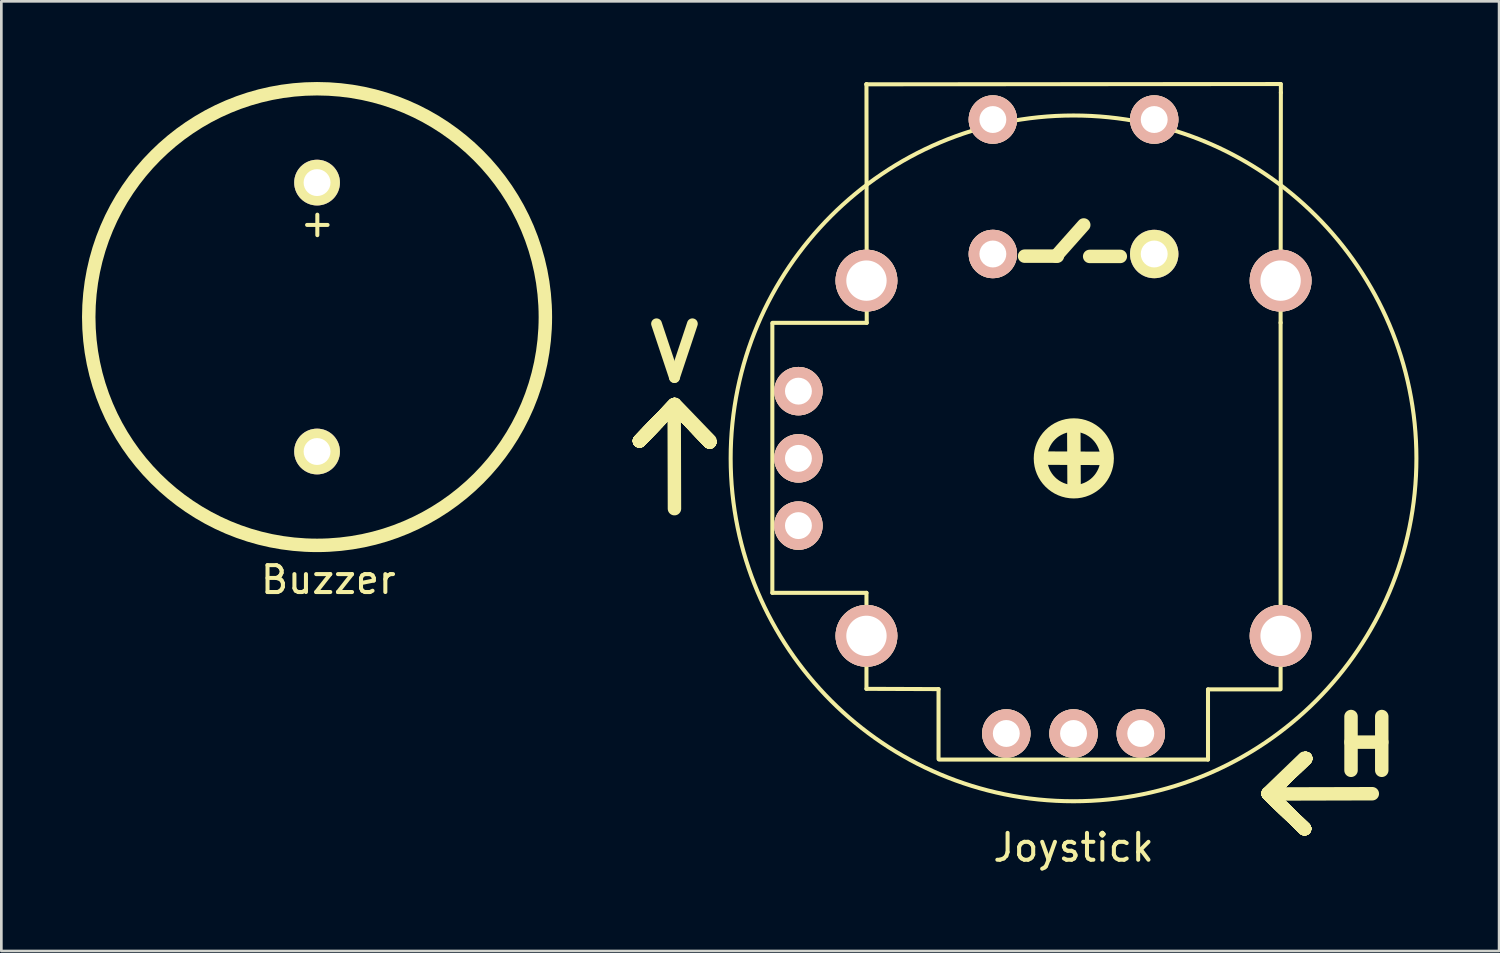
<source format=kicad_pcb>
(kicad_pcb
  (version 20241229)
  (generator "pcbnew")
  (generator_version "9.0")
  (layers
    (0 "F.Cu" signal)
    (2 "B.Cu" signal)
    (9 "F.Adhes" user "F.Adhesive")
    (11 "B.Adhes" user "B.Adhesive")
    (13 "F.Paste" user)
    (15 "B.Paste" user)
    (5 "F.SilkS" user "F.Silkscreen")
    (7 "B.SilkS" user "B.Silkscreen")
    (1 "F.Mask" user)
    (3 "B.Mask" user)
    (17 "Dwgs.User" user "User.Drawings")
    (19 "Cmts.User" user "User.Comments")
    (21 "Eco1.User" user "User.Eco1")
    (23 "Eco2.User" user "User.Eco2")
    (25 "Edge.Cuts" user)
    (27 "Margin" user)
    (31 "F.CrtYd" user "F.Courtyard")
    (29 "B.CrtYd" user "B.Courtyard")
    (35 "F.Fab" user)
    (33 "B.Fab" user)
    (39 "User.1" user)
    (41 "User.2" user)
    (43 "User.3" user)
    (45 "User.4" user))
  (footprint "Joystick"
    (layer "F.Cu")
    (at 36.87 13.995)
    (property "Reference" "Joystick" (at 0 14.47 0) (layer "F.SilkS") (effects (font (size 1 1) (thickness 0.15))))
    (attr through_hole)
    (fp_line (start -14.85 -1.89) (end -14.84 1.87) (stroke (width 0.5) (type solid)) (layer "F.SilkS"))
    (fp_line (start -14.84 -2) (end -16.14 -0.65) (stroke (width 0.5) (type solid)) (layer "F.SilkS"))
    (fp_line (start -14.84 -2) (end -16.14 -0.65) (stroke (width 0.5) (type solid)) (layer "F.SilkS"))
    (fp_line (start -14.84 -2) (end -16.14 -0.65) (stroke (width 0.5) (type solid)) (layer "F.SilkS"))
    (fp_line (start -14.84 -2) (end -16.14 -0.65) (stroke (width 0.5) (type solid)) (layer "F.SilkS"))
    (fp_line (start -14.84 -2) (end -16.14 -0.65) (stroke (width 0.5) (type solid)) (layer "F.SilkS"))
    (fp_line (start -14.84 -2) (end -16.14 -0.65) (stroke (width 0.5) (type solid)) (layer "F.SilkS"))
    (fp_line (start -14.84 -2) (end -16.14 -0.65) (stroke (width 0.5) (type solid)) (layer "F.SilkS"))
    (fp_line (start -14.84 -2) (end -16.14 -0.65) (stroke (width 0.5) (type solid)) (layer "F.SilkS"))
    (fp_line (start -14.84 -2) (end -16.14 -0.65) (stroke (width 0.5) (type solid)) (layer "F.SilkS"))
    (fp_line (start -14.84 -2) (end -16.14 -0.65) (stroke (width 0.5) (type solid)) (layer "F.SilkS"))
    (fp_line (start -14.84 -2) (end -16.14 -0.65) (stroke (width 0.5) (type solid)) (layer "F.SilkS"))
    (fp_line (start -14.84 -2) (end -16.14 -0.65) (stroke (width 0.5) (type solid)) (layer "F.SilkS"))
    (fp_line (start -14.84 -2) (end -16.14 -0.65) (stroke (width 0.5) (type solid)) (layer "F.SilkS"))
    (fp_line (start -14.84 -2) (end -16.14 -0.65) (stroke (width 0.5) (type solid)) (layer "F.SilkS"))
    (fp_line (start -14.84 -2) (end -16.14 -0.65) (stroke (width 0.5) (type solid)) (layer "F.SilkS"))
    (fp_line (start -14.84 -2) (end -16.14 -0.65) (stroke (width 0.5) (type solid)) (layer "F.SilkS"))
    (fp_line (start -14.83 -1.96) (end -13.53 -0.61) (stroke (width 0.5) (type solid)) (layer "F.SilkS"))
    (fp_line (start -14.83 -1.96) (end -13.53 -0.61) (stroke (width 0.5) (type solid)) (layer "F.SilkS"))
    (fp_line (start -14.83 -1.96) (end -13.53 -0.61) (stroke (width 0.5) (type solid)) (layer "F.SilkS"))
    (fp_line (start -14.83 -1.96) (end -13.53 -0.61) (stroke (width 0.5) (type solid)) (layer "F.SilkS"))
    (fp_line (start -14.83 -1.96) (end -13.53 -0.61) (stroke (width 0.5) (type solid)) (layer "F.SilkS"))
    (fp_line (start -14.83 -1.96) (end -13.53 -0.61) (stroke (width 0.5) (type solid)) (layer "F.SilkS"))
    (fp_line (start -14.83 -1.96) (end -13.53 -0.61) (stroke (width 0.5) (type solid)) (layer "F.SilkS"))
    (fp_line (start -14.83 -1.96) (end -13.53 -0.61) (stroke (width 0.5) (type solid)) (layer "F.SilkS"))
    (fp_line (start -14.83 -1.96) (end -13.53 -0.61) (stroke (width 0.5) (type solid)) (layer "F.SilkS"))
    (fp_line (start -14.83 -1.96) (end -13.53 -0.61) (stroke (width 0.5) (type solid)) (layer "F.SilkS"))
    (fp_line (start -14.83 -1.96) (end -13.53 -0.61) (stroke (width 0.5) (type solid)) (layer "F.SilkS"))
    (fp_line (start -14.83 -1.96) (end -13.53 -0.61) (stroke (width 0.5) (type solid)) (layer "F.SilkS"))
    (fp_line (start -14.83 -1.96) (end -13.53 -0.61) (stroke (width 0.5) (type solid)) (layer "F.SilkS"))
    (fp_line (start -14.83 -1.96) (end -13.53 -0.61) (stroke (width 0.5) (type solid)) (layer "F.SilkS"))
    (fp_line (start -14.83 -1.96) (end -13.53 -0.61) (stroke (width 0.5) (type solid)) (layer "F.SilkS"))
    (fp_line (start -14.82 -2.01) (end -13.52 -0.66) (stroke (width 0.5) (type solid)) (layer "F.SilkS"))
    (fp_line (start -11.2 -5.04) (end -7.69 -5.04) (stroke (width 0.15) (type solid)) (layer "F.SilkS"))
    (fp_line (start -11.2 -5) (end -11.2 5) (stroke (width 0.15) (type solid)) (layer "F.SilkS"))
    (fp_line (start -11.2 5) (end -7.7 5) (stroke (width 0.15) (type solid)) (layer "F.SilkS"))
    (fp_line (start -7.7 5) (end -7.7 8.57) (stroke (width 0.15) (type solid)) (layer "F.SilkS"))
    (fp_line (start -7.7 8.57) (end -5.02 8.58) (stroke (width 0.15) (type solid)) (layer "F.SilkS"))
    (fp_line (start -7.69 -5.04) (end -7.7 -13.92) (stroke (width 0.15) (type solid)) (layer "F.SilkS"))
    (fp_line (start -5.02 8.58) (end -5.02 11.18) (stroke (width 0.15) (type solid)) (layer "F.SilkS"))
    (fp_line (start -1.82 -7.52) (end -0.6 -7.52) (stroke (width 0.5) (type solid)) (layer "F.SilkS"))
    (fp_line (start -1.08 -0.01) (end 1.15 0) (stroke (width 0.5) (type solid)) (layer "F.SilkS"))
    (fp_line (start -0.65 -7.52) (end 0.38 -8.68) (stroke (width 0.5) (type solid)) (layer "F.SilkS"))
    (fp_line (start 0.01 -1.07) (end 0.02 1.02) (stroke (width 0.5) (type solid)) (layer "F.SilkS"))
    (fp_line (start 0.6 -7.51) (end 1.74 -7.51) (stroke (width 0.5) (type solid)) (layer "F.SilkS"))
    (fp_line (start 5 8.59) (end 7.68 8.59) (stroke (width 0.15) (type solid)) (layer "F.SilkS"))
    (fp_line (start 5 11.2) (end -5 11.2) (stroke (width 0.15) (type solid)) (layer "F.SilkS"))
    (fp_line (start 5 11.2) (end 5 8.59) (stroke (width 0.15) (type solid)) (layer "F.SilkS"))
    (fp_line (start 7.23 12.45) (end 8.58 11.15) (stroke (width 0.5) (type solid)) (layer "F.SilkS"))
    (fp_line (start 7.24 12.47) (end 8.59 13.77) (stroke (width 0.5) (type solid)) (layer "F.SilkS"))
    (fp_line (start 7.24 12.47) (end 8.59 13.77) (stroke (width 0.5) (type solid)) (layer "F.SilkS"))
    (fp_line (start 7.24 12.47) (end 8.59 13.77) (stroke (width 0.5) (type solid)) (layer "F.SilkS"))
    (fp_line (start 7.24 12.47) (end 8.59 13.77) (stroke (width 0.5) (type solid)) (layer "F.SilkS"))
    (fp_line (start 7.24 12.47) (end 8.59 13.77) (stroke (width 0.5) (type solid)) (layer "F.SilkS"))
    (fp_line (start 7.24 12.47) (end 8.59 13.77) (stroke (width 0.5) (type solid)) (layer "F.SilkS"))
    (fp_line (start 7.24 12.47) (end 8.59 13.77) (stroke (width 0.5) (type solid)) (layer "F.SilkS"))
    (fp_line (start 7.24 12.47) (end 8.59 13.77) (stroke (width 0.5) (type solid)) (layer "F.SilkS"))
    (fp_line (start 7.24 12.47) (end 8.59 13.77) (stroke (width 0.5) (type solid)) (layer "F.SilkS"))
    (fp_line (start 7.24 12.47) (end 8.59 13.77) (stroke (width 0.5) (type solid)) (layer "F.SilkS"))
    (fp_line (start 7.24 12.47) (end 8.59 13.77) (stroke (width 0.5) (type solid)) (layer "F.SilkS"))
    (fp_line (start 7.24 12.47) (end 8.59 13.77) (stroke (width 0.5) (type solid)) (layer "F.SilkS"))
    (fp_line (start 7.24 12.47) (end 8.59 13.77) (stroke (width 0.5) (type solid)) (layer "F.SilkS"))
    (fp_line (start 7.24 12.47) (end 8.59 13.77) (stroke (width 0.5) (type solid)) (layer "F.SilkS"))
    (fp_line (start 7.24 12.47) (end 8.59 13.77) (stroke (width 0.5) (type solid)) (layer "F.SilkS"))
    (fp_line (start 7.24 12.47) (end 8.59 13.77) (stroke (width 0.5) (type solid)) (layer "F.SilkS"))
    (fp_line (start 7.28 12.46) (end 8.63 11.16) (stroke (width 0.5) (type solid)) (layer "F.SilkS"))
    (fp_line (start 7.28 12.46) (end 8.63 11.16) (stroke (width 0.5) (type solid)) (layer "F.SilkS"))
    (fp_line (start 7.28 12.46) (end 8.63 11.16) (stroke (width 0.5) (type solid)) (layer "F.SilkS"))
    (fp_line (start 7.28 12.46) (end 8.63 11.16) (stroke (width 0.5) (type solid)) (layer "F.SilkS"))
    (fp_line (start 7.28 12.46) (end 8.63 11.16) (stroke (width 0.5) (type solid)) (layer "F.SilkS"))
    (fp_line (start 7.28 12.46) (end 8.63 11.16) (stroke (width 0.5) (type solid)) (layer "F.SilkS"))
    (fp_line (start 7.28 12.46) (end 8.63 11.16) (stroke (width 0.5) (type solid)) (layer "F.SilkS"))
    (fp_line (start 7.28 12.46) (end 8.63 11.16) (stroke (width 0.5) (type solid)) (layer "F.SilkS"))
    (fp_line (start 7.28 12.46) (end 8.63 11.16) (stroke (width 0.5) (type solid)) (layer "F.SilkS"))
    (fp_line (start 7.28 12.46) (end 8.63 11.16) (stroke (width 0.5) (type solid)) (layer "F.SilkS"))
    (fp_line (start 7.28 12.46) (end 8.63 11.16) (stroke (width 0.5) (type solid)) (layer "F.SilkS"))
    (fp_line (start 7.28 12.46) (end 8.63 11.16) (stroke (width 0.5) (type solid)) (layer "F.SilkS"))
    (fp_line (start 7.28 12.46) (end 8.63 11.16) (stroke (width 0.5) (type solid)) (layer "F.SilkS"))
    (fp_line (start 7.28 12.46) (end 8.63 11.16) (stroke (width 0.5) (type solid)) (layer "F.SilkS"))
    (fp_line (start 7.28 12.46) (end 8.63 11.16) (stroke (width 0.5) (type solid)) (layer "F.SilkS"))
    (fp_line (start 7.35 12.48) (end 11.11 12.47) (stroke (width 0.5) (type solid)) (layer "F.SilkS"))
    (fp_line (start 7.7 -13.92) (end -7.71 -13.91) (stroke (width 0.15) (type solid)) (layer "F.SilkS"))
    (fp_line (start 7.7 -5.04) (end 7.71 -13.6) (stroke (width 0.15) (type solid)) (layer "F.SilkS"))
    (fp_line (start 7.7 8.58) (end 7.7 -5.05) (stroke (width 0.15) (type solid)) (layer "F.SilkS"))
    (fp_line (start 7.71 -13.6) (end 7.71 -13.92) (stroke (width 0.15) (type solid)) (layer "F.SilkS"))
    (fp_circle (center 0 0) (end 12.75 0) (stroke (width 0.15) (type solid)) (fill no) (layer "F.SilkS"))
    (fp_circle (center 0.01 0) (end 1.14 0.51) (stroke (width 0.5) (type solid)) (fill no) (layer "F.SilkS"))
    (fp_text user "H" (at 10.89 10.7 0) (layer "F.SilkS") (effects (font (size 2 2) (thickness 0.5))))
    (fp_text user "V" (at -14.84 -3.91 0) (layer "F.SilkS") (effects (font (size 2 2) (thickness 0.4))))
    (pad "" thru_hole circle (at -7.7 -6.61) (size 2.3 2.3) (drill 1.5) (layers "*.Cu" "*.SilkS" "*.Mask"))
    (pad "" thru_hole circle (at -7.7 6.6) (size 2.3 2.3) (drill 1.5) (layers "*.Cu" "*.SilkS" "*.Mask"))
    (pad "" thru_hole circle (at 7.7 -6.61) (size 2.3 2.3) (drill 1.5) (layers "*.Cu" "*.SilkS" "*.Mask"))
    (pad "" thru_hole circle (at 7.7 6.6) (size 2.3 2.3) (drill 1.5) (layers "*.Cu" "*.SilkS" "*.Mask"))
    (pad "1" thru_hole circle (at -3 -12.6) (size 1.8 1.8) (drill 1) (layers "*.Cu" "*.SilkS" "*.Mask"))
    (pad "2" thru_hole circle (at 3 -12.6) (size 1.8 1.8) (drill 1) (layers "*.Cu" "*.SilkS" "*.Mask"))
    (pad "3" thru_hole circle (at -3 -7.6) (size 1.8 1.8) (drill 1) (layers "*.Cu" "*.SilkS" "*.Mask"))
    (pad "4" thru_hole circle (at 3 -7.6) (size 1.8 1.8) (drill 1) (layers "*.Cu" "*.Mask" "F.SilkS"))
    (pad "5" thru_hole circle (at -10.23 -2.5) (size 1.8 1.8) (drill 1) (layers "*.Cu" "*.SilkS" "*.Mask"))
    (pad "6" thru_hole circle (at -10.23 0) (size 1.8 1.8) (drill 1) (layers "*.Cu" "*.SilkS" "*.Mask"))
    (pad "7" thru_hole circle (at -10.23 2.5) (size 1.8 1.8) (drill 1) (layers "*.Cu" "*.SilkS" "*.Mask"))
    (pad "8" thru_hole circle (at -2.5 10.23) (size 1.8 1.8) (drill 1) (layers "*.Cu" "*.SilkS" "*.Mask"))
    (pad "9" thru_hole circle (at 0 10.23) (size 1.8 1.8) (drill 1) (layers "*.Cu" "*.SilkS" "*.Mask"))
    (pad "10" thru_hole circle (at 2.5 10.23) (size 1.8 1.8) (drill 1) (layers "*.Cu" "*.SilkS" "*.Mask")))
  (footprint "Buzzer"
    (layer "F.Cu")
    (at 8.74 8.74)
    (property "Reference" "Buzzer" (at 0.42 9.77 0) (layer "F.SilkS") (effects (font (size 1 1) (thickness 0.15))))
    (attr through_hole)
    (fp_circle (center 0 0) (end -8.49 0.02) (stroke (width 0.5) (type solid)) (fill no) (layer "F.SilkS"))
    (fp_text user "+" (at 0.01 -3.5 0) (layer "F.SilkS") (effects (font (size 1 1) (thickness 0.15))))
    (pad "1" thru_hole circle (at 0 -5) (size 1.7 1.7) (drill 1) (layers "*.Cu" "*.Mask" "F.SilkS"))
    (pad "2" thru_hole circle (at 0 5) (size 1.7 1.7) (drill 1) (layers "*.Cu" "*.Mask" "F.SilkS")))
  (gr_rect
    (start -3 -3)
    (end 52.695 32.313)
    (stroke (width 0.1) (type default))
    (fill no)
    (layer "Edge.Cuts")))
</source>
